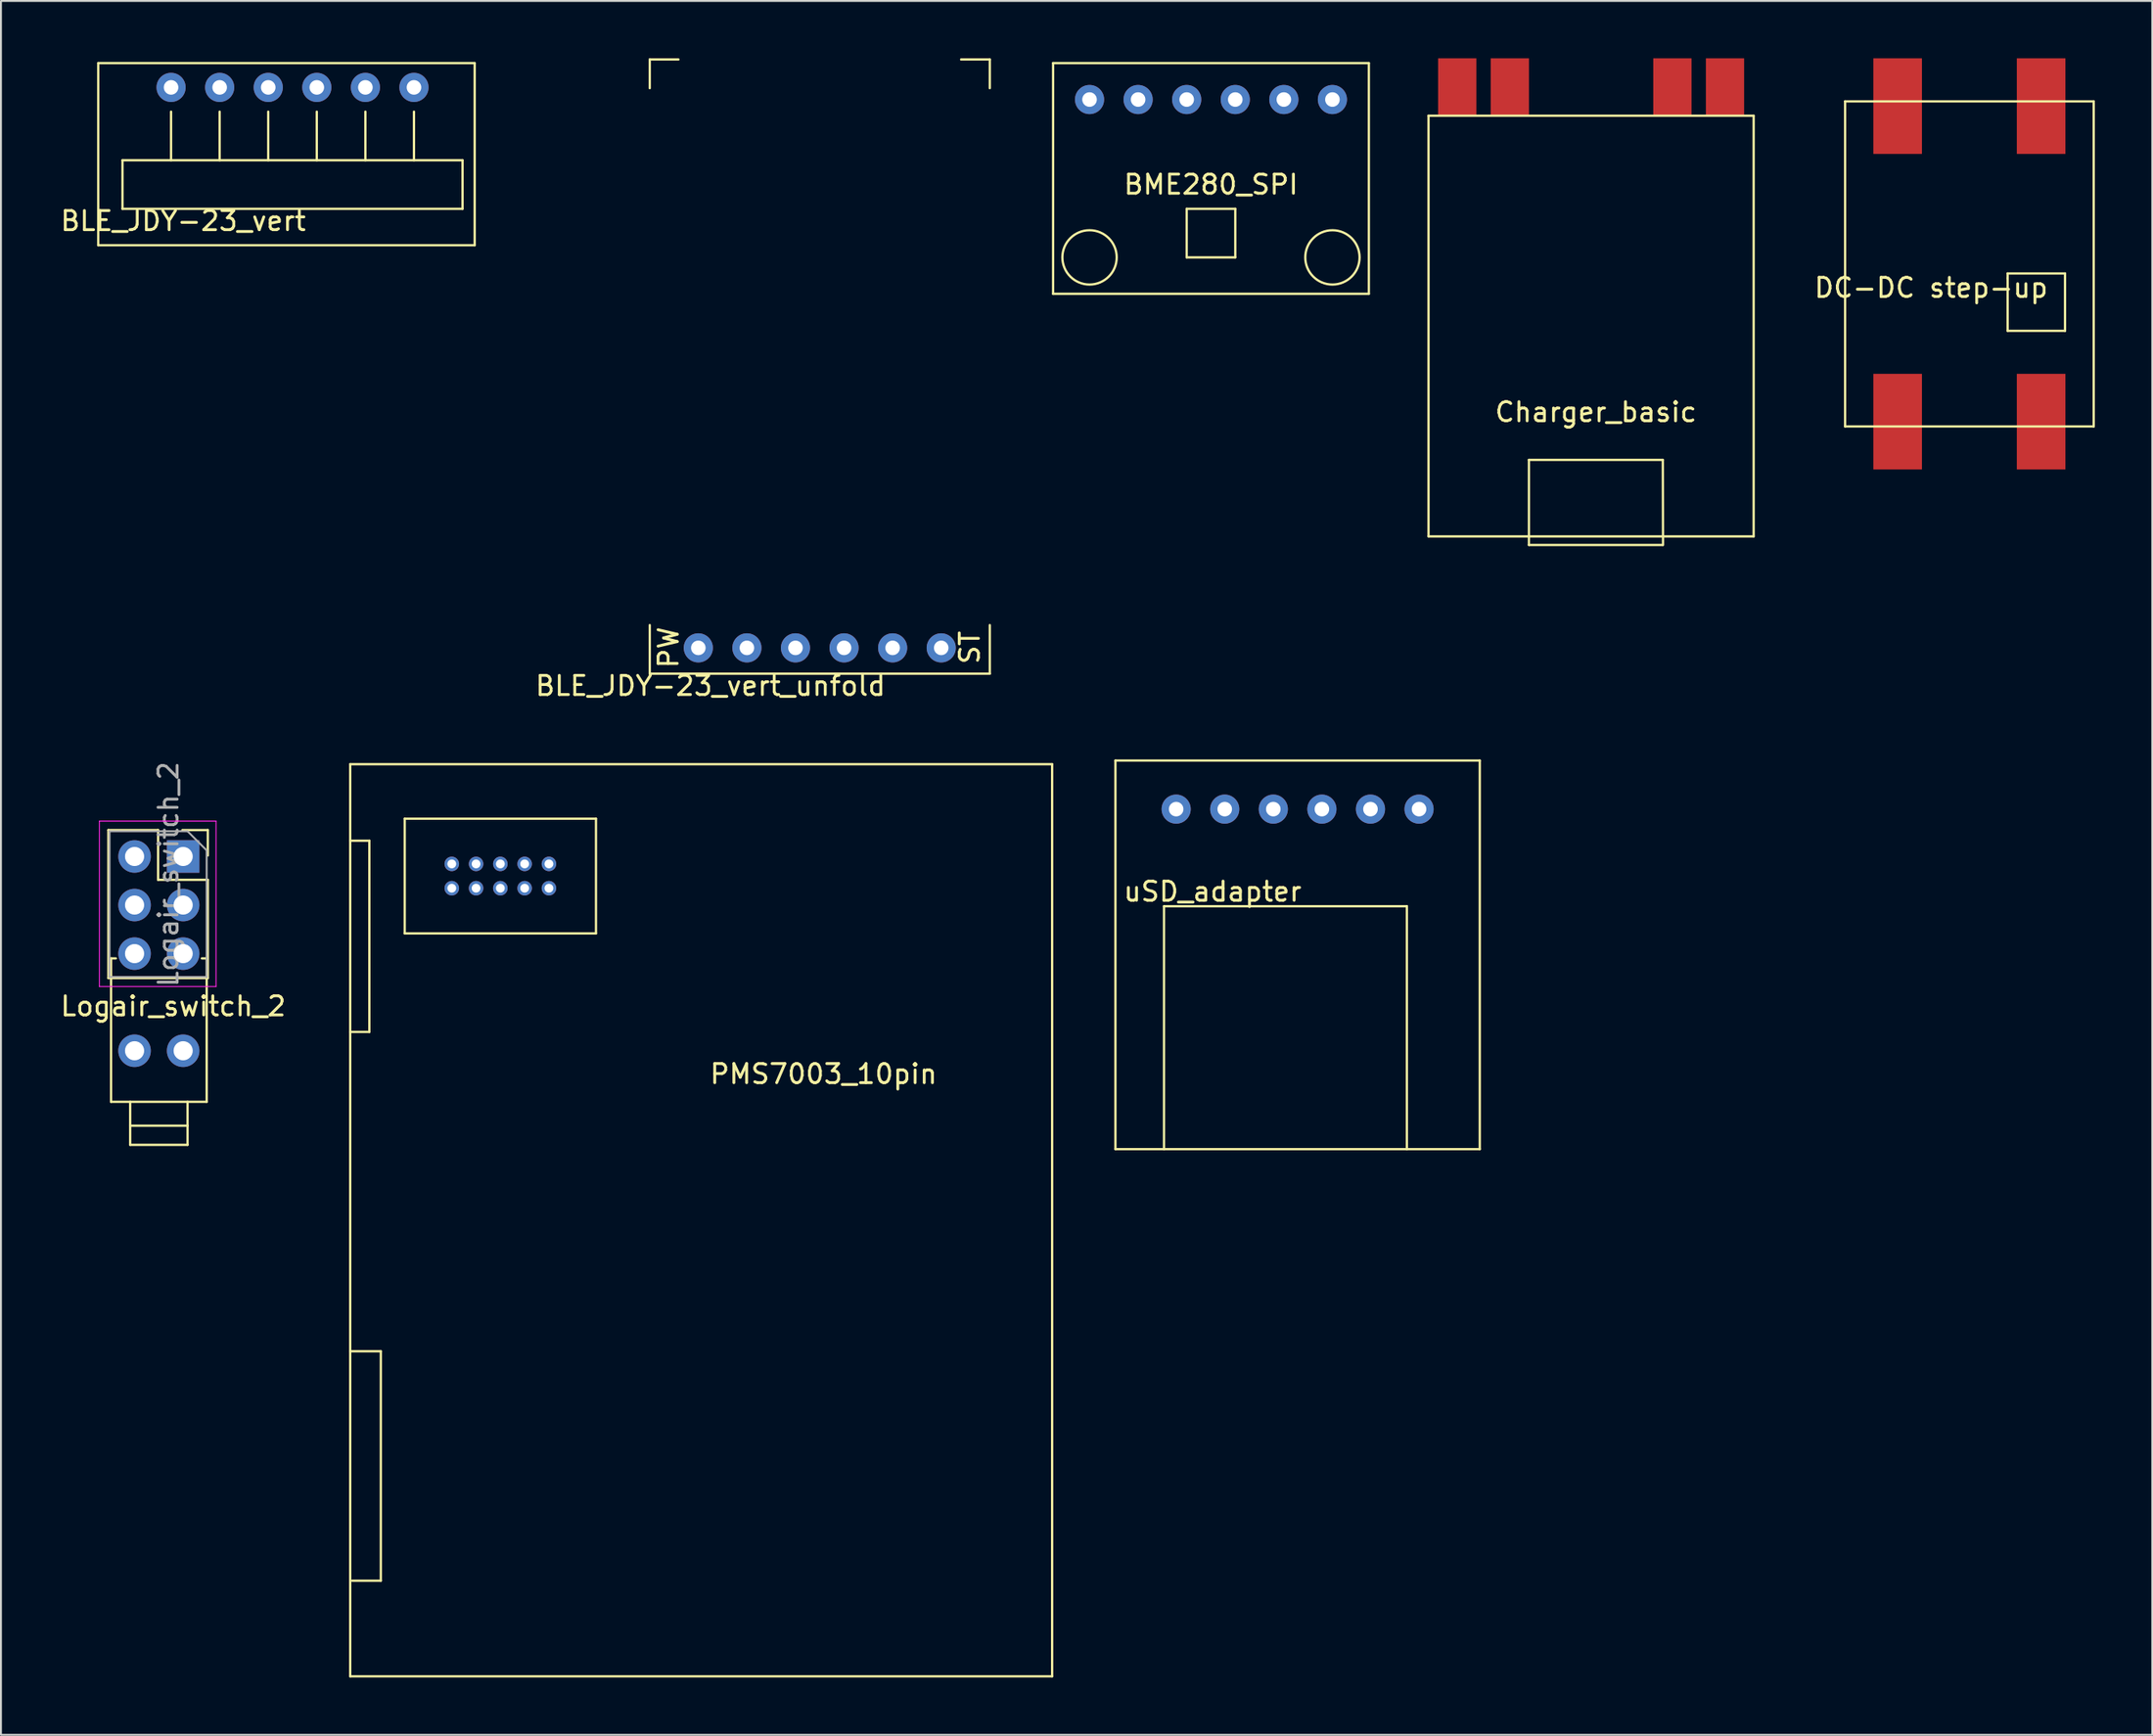
<source format=kicad_pcb>
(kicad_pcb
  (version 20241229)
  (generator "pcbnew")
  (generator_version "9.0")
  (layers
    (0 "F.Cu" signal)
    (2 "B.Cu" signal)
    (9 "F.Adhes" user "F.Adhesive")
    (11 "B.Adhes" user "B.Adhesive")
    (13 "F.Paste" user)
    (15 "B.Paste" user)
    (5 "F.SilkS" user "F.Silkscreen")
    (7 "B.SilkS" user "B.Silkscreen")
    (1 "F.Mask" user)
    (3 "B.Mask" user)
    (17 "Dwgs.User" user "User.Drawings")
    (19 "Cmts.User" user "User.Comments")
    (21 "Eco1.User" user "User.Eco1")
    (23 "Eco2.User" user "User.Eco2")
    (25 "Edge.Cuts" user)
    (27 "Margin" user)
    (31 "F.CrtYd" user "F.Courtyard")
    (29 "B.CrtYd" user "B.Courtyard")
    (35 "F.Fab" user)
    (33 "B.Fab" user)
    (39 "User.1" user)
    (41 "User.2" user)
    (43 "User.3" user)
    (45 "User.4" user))
  (footprint "uSD_adapter"
    (layer "F.Cu")
    (at 55.272 57.043)
    (property "Reference" "uSD_adapter" (at 5.08 -13.47 0) (layer "F.SilkS") (effects (font (size 1 1) (thickness 0.15))))
    (attr through_hole)
    (fp_line (start 0 -20.32) (end 19.05 -20.32) (stroke (width 0.12) (type solid)) (layer "F.SilkS"))
    (fp_line (start 0 0) (end 0 -20.32) (stroke (width 0.12) (type solid)) (layer "F.SilkS"))
    (fp_line (start 2.54 -12.7) (end 15.24 -12.7) (stroke (width 0.12) (type solid)) (layer "F.SilkS"))
    (fp_line (start 2.54 0) (end 2.54 -12.7) (stroke (width 0.12) (type solid)) (layer "F.SilkS"))
    (fp_line (start 15.24 -12.7) (end 15.24 0) (stroke (width 0.12) (type solid)) (layer "F.SilkS"))
    (fp_line (start 19.05 -20.32) (end 19.05 0) (stroke (width 0.12) (type solid)) (layer "F.SilkS"))
    (fp_line (start 19.05 0) (end 0 0) (stroke (width 0.12) (type solid)) (layer "F.SilkS"))
    (pad "1" thru_hole circle (at 15.875 -17.78) (size 1.524 1.524) (drill 0.762) (layers "*.Cu" "*.Mask"))
    (pad "2" thru_hole circle (at 13.335 -17.78) (size 1.524 1.524) (drill 0.762) (layers "*.Cu" "*.Mask"))
    (pad "3" thru_hole circle (at 10.795 -17.78) (size 1.524 1.524) (drill 0.762) (layers "*.Cu" "*.Mask"))
    (pad "4" thru_hole circle (at 8.255 -17.78) (size 1.524 1.524) (drill 0.762) (layers "*.Cu" "*.Mask"))
    (pad "5" thru_hole circle (at 5.715 -17.78) (size 1.524 1.524) (drill 0.762) (layers "*.Cu" "*.Mask"))
    (pad "6" thru_hole circle (at 3.175 -17.78) (size 1.524 1.524) (drill 0.762) (layers "*.Cu" "*.Mask")))
  (footprint "PMS7003_10pin"
    (layer "F.Cu")
    (at 15.262 36.913)
    (property "Reference" "PMS7003_10pin" (at 24.75 16.2 0) (layer "F.SilkS") (effects (font (size 1 1) (thickness 0.15))))
    (attr through_hole)
    (fp_line (start 0 0) (end 0 47.7) (stroke (width 0.12) (type solid)) (layer "F.SilkS"))
    (fp_line (start 0 4) (end 1 4) (stroke (width 0.12) (type solid)) (layer "F.SilkS"))
    (fp_line (start 0 47.7) (end 36.7 47.7) (stroke (width 0.12) (type solid)) (layer "F.SilkS"))
    (fp_line (start 0.1 42.7) (end 1.6 42.7) (stroke (width 0.12) (type solid)) (layer "F.SilkS"))
    (fp_line (start 1 4) (end 1 14) (stroke (width 0.12) (type solid)) (layer "F.SilkS"))
    (fp_line (start 1 14) (end 0 14) (stroke (width 0.12) (type solid)) (layer "F.SilkS"))
    (fp_line (start 1.6 30.7) (end 0 30.7) (stroke (width 0.12) (type solid)) (layer "F.SilkS"))
    (fp_line (start 1.6 42.7) (end 1.6 30.7) (stroke (width 0.12) (type solid)) (layer "F.SilkS"))
    (fp_line (start 2.85 2.85) (end 2.85 8.85) (stroke (width 0.12) (type solid)) (layer "F.SilkS"))
    (fp_line (start 2.85 8.85) (end 12.85 8.85) (stroke (width 0.12) (type solid)) (layer "F.SilkS"))
    (fp_line (start 12.85 2.85) (end 2.85 2.85) (stroke (width 0.12) (type solid)) (layer "F.SilkS"))
    (fp_line (start 12.85 8.85) (end 12.85 2.85) (stroke (width 0.12) (type solid)) (layer "F.SilkS"))
    (fp_line (start 36.7 0) (end 0 0) (stroke (width 0.12) (type solid)) (layer "F.SilkS"))
    (fp_line (start 36.7 47.7) (end 36.7 0) (stroke (width 0.12) (type solid)) (layer "F.SilkS"))
    (pad "1" thru_hole circle (at 5.31 5.215) (size 0.76 0.76) (drill 0.46) (layers "*.Cu" "*.Mask"))
    (pad "2" thru_hole circle (at 5.31 6.485) (size 0.76 0.76) (drill 0.46) (layers "*.Cu" "*.Mask"))
    (pad "3" thru_hole circle (at 6.58 5.215) (size 0.76 0.76) (drill 0.46) (layers "*.Cu" "*.Mask"))
    (pad "4" thru_hole circle (at 6.58 6.485) (size 0.76 0.76) (drill 0.46) (layers "*.Cu" "*.Mask"))
    (pad "5" thru_hole circle (at 7.85 5.215) (size 0.76 0.76) (drill 0.46) (layers "*.Cu" "*.Mask"))
    (pad "6" thru_hole circle (at 7.85 6.485) (size 0.76 0.76) (drill 0.46) (layers "*.Cu" "*.Mask"))
    (pad "7" thru_hole circle (at 9.12 5.215) (size 0.76 0.76) (drill 0.46) (layers "*.Cu" "*.Mask"))
    (pad "8" thru_hole circle (at 9.12 6.485) (size 0.76 0.76) (drill 0.46) (layers "*.Cu" "*.Mask"))
    (pad "9" thru_hole circle (at 10.39 5.215) (size 0.76 0.76) (drill 0.46) (layers "*.Cu" "*.Mask"))
    (pad "10" thru_hole circle (at 10.39 6.485) (size 0.76 0.76) (drill 0.46) (layers "*.Cu" "*.Mask")))
  (footprint "Logair_switch_2"
    (layer "F.Cu")
    (at 5.256 46.819)
    (property "Reference" "Logair_switch_2" (at 0.75 2.75 180) (layer "F.SilkS") (effects (font (size 1 1) (thickness 0.15))))
    (attr through_hole)
    (fp_line (start -2.64 -6.46) (end -2.64 1.28) (stroke (width 0.12) (type solid)) (layer "F.SilkS"))
    (fp_line (start -2.64 -6.46) (end -0.04 -6.46) (stroke (width 0.12) (type solid)) (layer "F.SilkS"))
    (fp_line (start -2.64 1.28) (end 2.56 1.28) (stroke (width 0.12) (type solid)) (layer "F.SilkS"))
    (fp_line (start -2.5 0.25) (end -2.25 0.25) (stroke (width 0.12) (type solid)) (layer "F.SilkS"))
    (fp_line (start -2.5 7.75) (end -2.5 0.25) (stroke (width 0.12) (type solid)) (layer "F.SilkS"))
    (fp_line (start -2.5 7.75) (end 2.5 7.75) (stroke (width 0.12) (type solid)) (layer "F.SilkS"))
    (fp_line (start -1.5 7.75) (end -1.5 10) (stroke (width 0.12) (type solid)) (layer "F.SilkS"))
    (fp_line (start -1.5 10) (end 1.5 10) (stroke (width 0.12) (type solid)) (layer "F.SilkS"))
    (fp_line (start -0.04 -6.46) (end -0.04 -3.86) (stroke (width 0.12) (type solid)) (layer "F.SilkS"))
    (fp_line (start -0.04 -3.86) (end 2.56 -3.86) (stroke (width 0.12) (type solid)) (layer "F.SilkS"))
    (fp_line (start 1.23 -6.46) (end 2.56 -6.46) (stroke (width 0.12) (type solid)) (layer "F.SilkS"))
    (fp_line (start 1.5 9) (end -1.5 9) (stroke (width 0.12) (type solid)) (layer "F.SilkS"))
    (fp_line (start 1.5 10) (end 1.5 7.75) (stroke (width 0.12) (type solid)) (layer "F.SilkS"))
    (fp_line (start 2.5 0.25) (end 2.25 0.25) (stroke (width 0.12) (type solid)) (layer "F.SilkS"))
    (fp_line (start 2.5 7.75) (end 2.5 0.25) (stroke (width 0.12) (type solid)) (layer "F.SilkS"))
    (fp_line (start 2.56 -6.46) (end 2.56 -5.13) (stroke (width 0.12) (type solid)) (layer "F.SilkS"))
    (fp_line (start 2.56 -3.86) (end 2.56 1.28) (stroke (width 0.12) (type solid)) (layer "F.SilkS"))
    (fp_line (start -3.11 -6.93) (end 2.99 -6.93) (stroke (width 0.05) (type solid)) (layer "F.CrtYd"))
    (fp_line (start -3.11 1.72) (end -3.11 -6.93) (stroke (width 0.05) (type solid)) (layer "F.CrtYd"))
    (fp_line (start 2.99 -6.93) (end 2.99 1.72) (stroke (width 0.05) (type solid)) (layer "F.CrtYd"))
    (fp_line (start 2.99 1.72) (end -3.11 1.72) (stroke (width 0.05) (type solid)) (layer "F.CrtYd"))
    (fp_line (start -2.58 -6.4) (end 1.5 -6.4) (stroke (width 0.1) (type solid)) (layer "F.Fab"))
    (fp_line (start -2.58 1.22) (end -2.58 -6.4) (stroke (width 0.1) (type solid)) (layer "F.Fab"))
    (fp_line (start 1.5 -6.4) (end 2.5 -5.4) (stroke (width 0.1) (type solid)) (layer "F.Fab"))
    (fp_line (start 2.5 -5.4) (end 2.5 1.22) (stroke (width 0.1) (type solid)) (layer "F.Fab"))
    (fp_line (start 2.5 1.22) (end -2.58 1.22) (stroke (width 0.1) (type solid)) (layer "F.Fab"))
    (fp_text user "${REFERENCE}" (at 0.5 -4.15 270) (layer "F.Fab") (effects (font (size 1 1) (thickness 0.15))))
    (pad "" thru_hole oval (at -1.27 5.08) (size 1.7 1.7) (drill 1) (layers "*.Cu" "*.Mask"))
    (pad "" thru_hole oval (at 1.27 5.08) (size 1.7 1.7) (drill 1) (layers "*.Cu" "*.Mask"))
    (pad "1" thru_hole rect (at 1.27 -5.08) (size 1.7 1.7) (drill 1) (layers "*.Cu" "*.Mask"))
    (pad "2" thru_hole oval (at -1.27 -5.08) (size 1.7 1.7) (drill 1) (layers "*.Cu" "*.Mask"))
    (pad "3" thru_hole oval (at 1.27 -2.54) (size 1.7 1.7) (drill 1) (layers "*.Cu" "*.Mask"))
    (pad "4" thru_hole oval (at -1.27 -2.54) (size 1.7 1.7) (drill 1) (layers "*.Cu" "*.Mask"))
    (pad "5" thru_hole oval (at 1.27 0) (size 1.7 1.7) (drill 1) (layers "*.Cu" "*.Mask"))
    (pad "6" thru_hole oval (at -1.27 0) (size 1.7 1.7) (drill 1) (layers "*.Cu" "*.Mask")))
  (footprint "BLE_JDY-23_vert"
    (layer "F.Cu")
    (at 2.085 0.25)
    (property "Reference" "BLE_JDY-23_vert" (at 4.445 8.255 0) (layer "F.SilkS") (effects (font (size 1 1) (thickness 0.15))))
    (attr through_hole)
    (fp_line (start 0 0) (end 0 9.525) (stroke (width 0.12) (type solid)) (layer "F.SilkS"))
    (fp_line (start 1.27 5.08) (end 1.27 7.62) (stroke (width 0.12) (type solid)) (layer "F.SilkS"))
    (fp_line (start 1.27 7.62) (end 19.05 7.62) (stroke (width 0.12) (type solid)) (layer "F.SilkS"))
    (fp_line (start 3.81 5.08) (end 3.81 2.54) (stroke (width 0.12) (type solid)) (layer "F.SilkS"))
    (fp_line (start 6.35 5.08) (end 6.35 2.54) (stroke (width 0.12) (type solid)) (layer "F.SilkS"))
    (fp_line (start 8.89 2.54) (end 8.89 5.08) (stroke (width 0.12) (type solid)) (layer "F.SilkS"))
    (fp_line (start 11.43 2.54) (end 11.43 5.08) (stroke (width 0.12) (type solid)) (layer "F.SilkS"))
    (fp_line (start 13.97 2.54) (end 13.97 5.08) (stroke (width 0.12) (type solid)) (layer "F.SilkS"))
    (fp_line (start 16.51 2.54) (end 16.51 5.08) (stroke (width 0.12) (type solid)) (layer "F.SilkS"))
    (fp_line (start 19.05 5.08) (end 1.27 5.08) (stroke (width 0.12) (type solid)) (layer "F.SilkS"))
    (fp_line (start 19.05 7.62) (end 19.05 5.08) (stroke (width 0.12) (type solid)) (layer "F.SilkS"))
    (fp_line (start 19.685 0) (end 0 0) (stroke (width 0.12) (type solid)) (layer "F.SilkS"))
    (fp_line (start 19.685 0) (end 19.685 9.525) (stroke (width 0.12) (type solid)) (layer "F.SilkS"))
    (fp_line (start 19.685 9.525) (end 0 9.525) (stroke (width 0.12) (type solid)) (layer "F.SilkS"))
    (pad "1" thru_hole circle (at 3.81 1.27) (size 1.524 1.524) (drill 0.762) (layers "*.Cu" "*.Mask"))
    (pad "2" thru_hole circle (at 6.35 1.27) (size 1.524 1.524) (drill 0.762) (layers "*.Cu" "*.Mask"))
    (pad "3" thru_hole circle (at 8.89 1.27) (size 1.524 1.524) (drill 0.762) (layers "*.Cu" "*.Mask"))
    (pad "4" thru_hole circle (at 11.43 1.27) (size 1.524 1.524) (drill 0.762) (layers "*.Cu" "*.Mask"))
    (pad "5" thru_hole circle (at 13.97 1.27) (size 1.524 1.524) (drill 0.762) (layers "*.Cu" "*.Mask"))
    (pad "6" thru_hole circle (at 16.51 1.27) (size 1.524 1.524) (drill 0.762) (layers "*.Cu" "*.Mask")))
  (footprint "BME280_SPI"
    (layer "F.Cu")
    (at 52.013 0.25)
    (property "Reference" "BME280_SPI" (at 8.255 6.35 0) (layer "F.SilkS") (effects (font (size 1 1) (thickness 0.15))))
    (attr through_hole)
    (fp_line (start 0 0) (end 0 12.065) (stroke (width 0.12) (type solid)) (layer "F.SilkS"))
    (fp_line (start 0 12.065) (end 16.51 12.065) (stroke (width 0.12) (type solid)) (layer "F.SilkS"))
    (fp_line (start 6.985 7.62) (end 6.985 10.16) (stroke (width 0.12) (type solid)) (layer "F.SilkS"))
    (fp_line (start 6.985 10.16) (end 9.525 10.16) (stroke (width 0.12) (type solid)) (layer "F.SilkS"))
    (fp_line (start 9.525 7.62) (end 6.985 7.62) (stroke (width 0.12) (type solid)) (layer "F.SilkS"))
    (fp_line (start 9.525 10.16) (end 9.525 7.62) (stroke (width 0.12) (type solid)) (layer "F.SilkS"))
    (fp_line (start 16.51 0) (end 0 0) (stroke (width 0.12) (type solid)) (layer "F.SilkS"))
    (fp_line (start 16.51 12.065) (end 16.51 0) (stroke (width 0.12) (type solid)) (layer "F.SilkS"))
    (fp_circle (center 1.905 10.16) (end 0.635 10.795) (stroke (width 0.12) (type solid)) (fill no) (layer "F.SilkS"))
    (fp_circle (center 14.605 10.16) (end 15.875 9.525) (stroke (width 0.12) (type solid)) (fill no) (layer "F.SilkS"))
    (pad "1" thru_hole circle (at 1.905 1.905) (size 1.524 1.524) (drill 0.762) (layers "*.Cu" "*.Mask"))
    (pad "2" thru_hole circle (at 4.445 1.905) (size 1.524 1.524) (drill 0.762) (layers "*.Cu" "*.Mask"))
    (pad "3" thru_hole circle (at 6.985 1.905) (size 1.524 1.524) (drill 0.762) (layers "*.Cu" "*.Mask"))
    (pad "4" thru_hole circle (at 9.525 1.905) (size 1.524 1.524) (drill 0.762) (layers "*.Cu" "*.Mask"))
    (pad "5" thru_hole circle (at 12.065 1.905) (size 1.524 1.524) (drill 0.762) (layers "*.Cu" "*.Mask"))
    (pad "6" thru_hole circle (at 14.605 1.905) (size 1.524 1.524) (drill 0.762) (layers "*.Cu" "*.Mask")))
  (footprint "Charger_basic"
    (layer "F.Cu")
    (at 79.893 13)
    (property "Reference" "Charger_basic" (at 0.5 5.5 0) (layer "F.SilkS") (effects (font (size 1 1) (thickness 0.15))))
    (attr through_hole)
    (fp_line (start -8.25 -10) (end -8.25 12) (stroke (width 0.12) (type solid)) (layer "F.SilkS"))
    (fp_line (start -8.25 12) (end 8.75 12) (stroke (width 0.12) (type solid)) (layer "F.SilkS"))
    (fp_line (start -3 8) (end -3 12.45) (stroke (width 0.12) (type solid)) (layer "F.SilkS"))
    (fp_line (start -3 8) (end 4 8) (stroke (width 0.12) (type solid)) (layer "F.SilkS"))
    (fp_line (start -3 12.45) (end 3.99 12.45) (stroke (width 0.12) (type solid)) (layer "F.SilkS"))
    (fp_line (start 4 8) (end 4.01 12.45) (stroke (width 0.12) (type solid)) (layer "F.SilkS"))
    (fp_line (start 8.75 -10) (end -8.25 -10) (stroke (width 0.12) (type solid)) (layer "F.SilkS"))
    (fp_line (start 8.75 12) (end 8.75 -10) (stroke (width 0.12) (type solid)) (layer "F.SilkS"))
    (pad "1" connect rect (at -6.75 -11.5) (size 2 3) (layers "F.Cu" "F.Mask"))
    (pad "2" connect rect (at -4 -11.5) (size 2 3) (layers "F.Cu" "F.Mask"))
    (pad "3" connect rect (at 4.5 -11.5) (size 2 3) (layers "F.Cu" "F.Mask"))
    (pad "4" connect rect (at 7.25 -11.5) (size 2 3) (layers "F.Cu" "F.Mask")))
  (footprint "DC-DC step-up"
    (layer "F.Cu")
    (at 99.923 19.25)
    (property "Reference" "DC-DC step-up" (at -2 -7.25 0) (layer "F.SilkS") (effects (font (size 1 1) (thickness 0.15))))
    (attr through_hole)
    (fp_line (start -6.5 -17) (end -6.5 0) (stroke (width 0.12) (type solid)) (layer "F.SilkS"))
    (fp_line (start -6.5 0) (end 6.5 0) (stroke (width 0.12) (type solid)) (layer "F.SilkS"))
    (fp_line (start 2 -8) (end 2 -7.75) (stroke (width 0.12) (type solid)) (layer "F.SilkS"))
    (fp_line (start 2 -7.75) (end 2 -5) (stroke (width 0.12) (type solid)) (layer "F.SilkS"))
    (fp_line (start 2 -5) (end 5 -5) (stroke (width 0.12) (type solid)) (layer "F.SilkS"))
    (fp_line (start 5 -8) (end 2 -8) (stroke (width 0.12) (type solid)) (layer "F.SilkS"))
    (fp_line (start 5 -5) (end 5 -8) (stroke (width 0.12) (type solid)) (layer "F.SilkS"))
    (fp_line (start 6.5 -17) (end -6.5 -17) (stroke (width 0.12) (type solid)) (layer "F.SilkS"))
    (fp_line (start 6.5 0) (end 6.5 -17) (stroke (width 0.12) (type solid)) (layer "F.SilkS"))
    (pad "1" connect rect (at -3.75 -16.75) (size 2.54 5) (layers "F.Cu" "F.Mask"))
    (pad "2" connect rect (at 3.75 -16.75) (size 2.54 5) (layers "F.Cu" "F.Mask"))
    (pad "3" connect rect (at -3.75 -0.25) (size 2.54 5) (layers "F.Cu" "F.Mask"))
    (pad "4" connect rect (at 3.75 -0.25) (size 2.54 5) (layers "F.Cu" "F.Mask")))
  (footprint "BLE_JDY-23_vert_unfold"
    (layer "F.Cu")
    (at 29.653 29.56)
    (property "Reference" "BLE_JDY-23_vert_unfold" (at 4.445 3.255 0) (layer "F.SilkS") (effects (font (size 1 1) (thickness 0.15))))
    (attr through_hole)
    (fp_line (start 1.27 -29.5) (end 1.27 -28) (stroke (width 0.12) (type solid)) (layer "F.SilkS"))
    (fp_line (start 1.27 -29.5) (end 2.77 -29.5) (stroke (width 0.12) (type solid)) (layer "F.SilkS"))
    (fp_line (start 1.27 0.08) (end 1.27 2.62) (stroke (width 0.12) (type solid)) (layer "F.SilkS"))
    (fp_line (start 1.27 2.62) (end 19.05 2.62) (stroke (width 0.12) (type solid)) (layer "F.SilkS"))
    (fp_line (start 19.05 -29.5) (end 17.55 -29.5) (stroke (width 0.12) (type solid)) (layer "F.SilkS"))
    (fp_line (start 19.05 -29.5) (end 19.05 -28) (stroke (width 0.12) (type solid)) (layer "F.SilkS"))
    (fp_line (start 19.05 2.62) (end 19.05 0.08) (stroke (width 0.12) (type solid)) (layer "F.SilkS"))
    (fp_text user "ST" (at 18 1.25 90) (layer "F.SilkS") (effects (font (size 1 1) (thickness 0.15))))
    (fp_text user "PW" (at 2.25 1.25 90) (layer "F.SilkS") (effects (font (size 1 1) (thickness 0.15))))
    (pad "1" thru_hole circle (at 3.81 1.27) (size 1.524 1.524) (drill 0.762) (layers "*.Cu" "*.Mask"))
    (pad "2" thru_hole circle (at 6.35 1.27) (size 1.524 1.524) (drill 0.762) (layers "*.Cu" "*.Mask"))
    (pad "3" thru_hole circle (at 8.89 1.27) (size 1.524 1.524) (drill 0.762) (layers "*.Cu" "*.Mask"))
    (pad "4" thru_hole circle (at 11.43 1.27) (size 1.524 1.524) (drill 0.762) (layers "*.Cu" "*.Mask"))
    (pad "5" thru_hole circle (at 13.97 1.27) (size 1.524 1.524) (drill 0.762) (layers "*.Cu" "*.Mask"))
    (pad "6" thru_hole circle (at 16.51 1.27) (size 1.524 1.524) (drill 0.762) (layers "*.Cu" "*.Mask")))
  (gr_rect
    (start -3 -3)
    (end 109.483 87.673)
    (stroke (width 0.1) (type default))
    (fill no)
    (layer "Edge.Cuts")))
</source>
